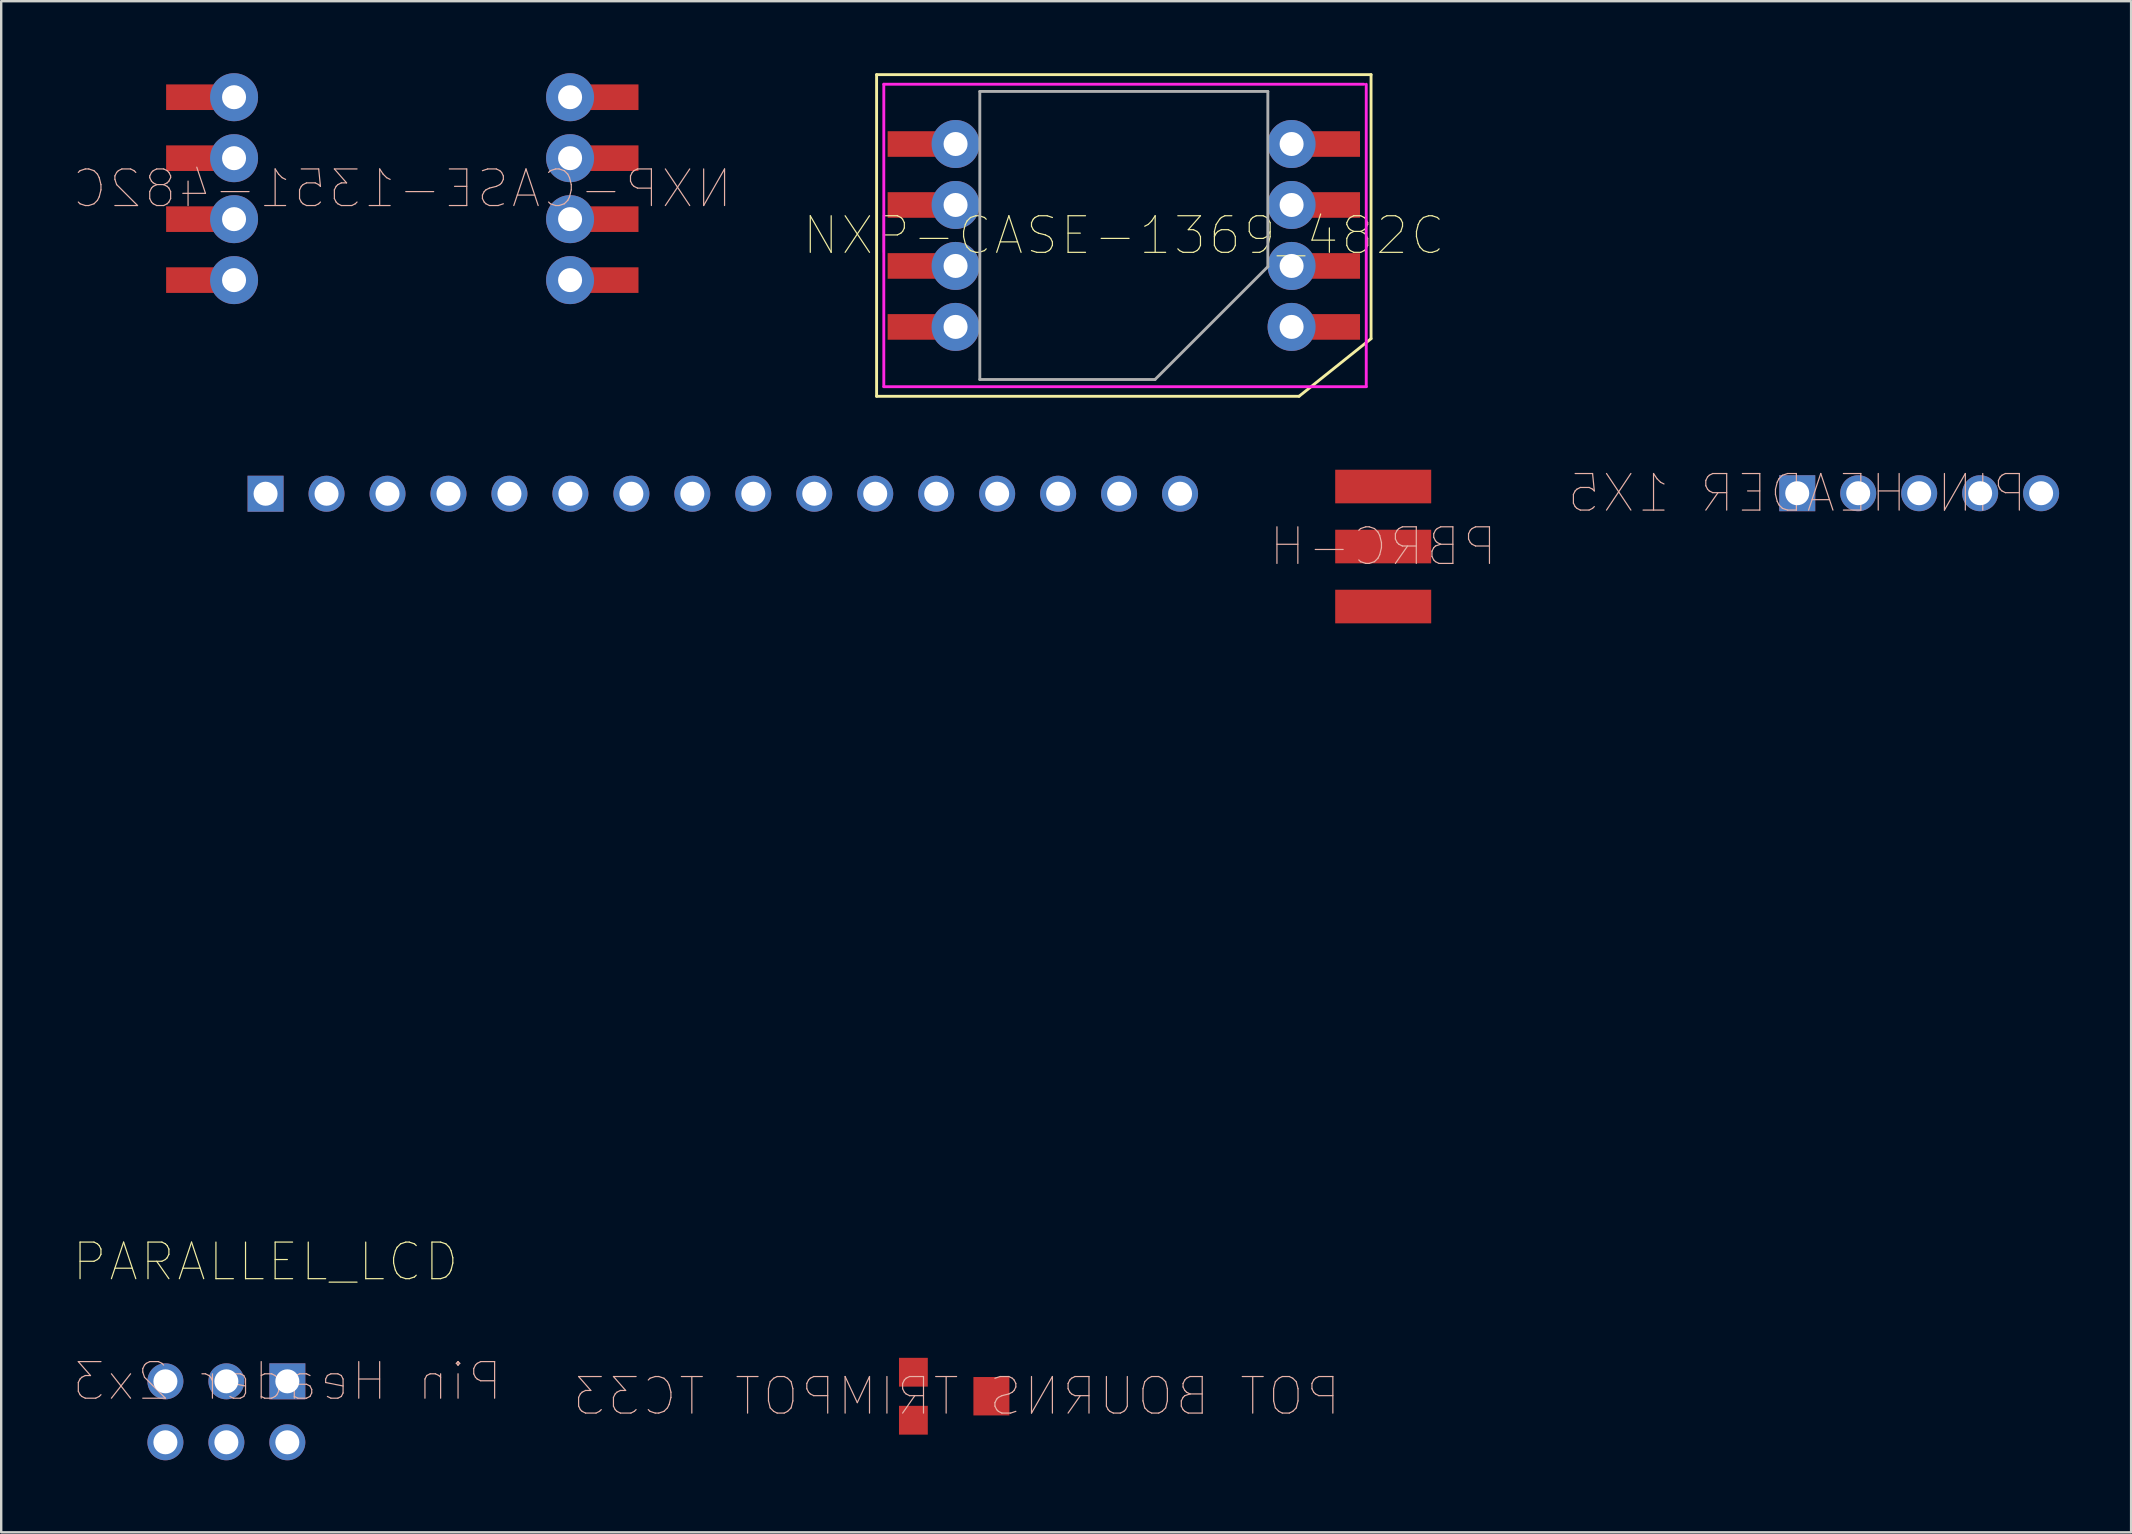
<source format=kicad_pcb>
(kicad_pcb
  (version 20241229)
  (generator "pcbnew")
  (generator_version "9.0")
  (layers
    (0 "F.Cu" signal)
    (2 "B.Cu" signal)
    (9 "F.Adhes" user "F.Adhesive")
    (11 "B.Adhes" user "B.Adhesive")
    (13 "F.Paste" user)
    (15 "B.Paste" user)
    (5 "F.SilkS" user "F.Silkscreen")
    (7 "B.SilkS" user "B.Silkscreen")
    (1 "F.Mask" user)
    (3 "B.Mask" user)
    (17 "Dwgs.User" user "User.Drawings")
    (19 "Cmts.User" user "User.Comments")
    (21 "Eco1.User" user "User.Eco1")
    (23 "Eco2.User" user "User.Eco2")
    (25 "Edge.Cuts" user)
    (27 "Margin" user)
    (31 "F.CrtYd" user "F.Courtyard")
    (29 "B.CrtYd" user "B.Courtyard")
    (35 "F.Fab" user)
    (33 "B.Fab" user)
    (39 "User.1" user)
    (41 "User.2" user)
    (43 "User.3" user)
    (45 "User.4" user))
  (footprint "NXP-CASE-1351-482C"
    (layer "F.Cu")
    (at 13.711 4.81)
    (property "Reference" "NXP-CASE-1351-482C" (at 0 0 0) (layer "B.SilkS") (effects (font (size 1.524 1.524) (thickness 0.05)) (justify mirror)))
    (attr smd)
    (pad "1" thru_hole circle (at 6.99 3.81 180) (size 2 2) (drill 1) (layers "*.Cu"))
    (pad "1" smd rect (at 8.09 3.81 180) (size 3.5 1.067) (layers "F.Cu"))
    (pad "2" thru_hole circle (at 6.99 1.27 180) (size 2 2) (drill 1) (layers "*.Cu"))
    (pad "2" smd rect (at 8.09 1.27 180) (size 3.5 1.067) (layers "F.Cu"))
    (pad "3" thru_hole circle (at 6.99 -1.27 180) (size 2 2) (drill 1) (layers "*.Cu"))
    (pad "3" smd rect (at 8.09 -1.27 180) (size 3.5 1.067) (layers "F.Cu"))
    (pad "4" thru_hole circle (at 6.99 -3.81 180) (size 2 2) (drill 1) (layers "*.Cu"))
    (pad "4" smd rect (at 8.09 -3.81 180) (size 3.5 1.067) (layers "F.Cu"))
    (pad "5" smd rect (at -8.09 -3.81 180) (size 3.5 1.067) (layers "F.Cu"))
    (pad "5" thru_hole circle (at -7.01 -3.81 180) (size 2 2) (drill 1) (layers "*.Cu"))
    (pad "6" smd rect (at -8.09 -1.27 180) (size 3.5 1.067) (layers "F.Cu"))
    (pad "6" thru_hole circle (at -7.01 -1.27 180) (size 2 2) (drill 1) (layers "*.Cu"))
    (pad "7" smd rect (at -8.09 1.27 180) (size 3.5 1.067) (layers "F.Cu"))
    (pad "7" thru_hole circle (at -7.01 1.27 180) (size 2 2) (drill 1) (layers "*.Cu"))
    (pad "8" smd rect (at -8.09 3.81 180) (size 3.5 1.067) (layers "F.Cu"))
    (pad "8" thru_hole circle (at -7.01 3.81 180) (size 2 2) (drill 1) (layers "*.Cu")))
  (footprint "POT BOURNS TRIMPOT TC33"
    (layer "F.Cu")
    (at 36.804 55.12)
    (property "Reference" "POT BOURNS TRIMPOT TC33" (at 0 0 0) (layer "B.SilkS") (effects (font (size 1.524 1.524) (thickness 0.05)) (justify mirror)))
    (attr smd)
    (pad "1" smd rect (at -1.8 -1 270) (size 1.2 1.2) (layers "F.Cu"))
    (pad "2" smd rect (at 1.45 0) (size 1.5 1.6) (layers "F.Cu"))
    (pad "3" smd rect (at -1.8 1 270) (size 1.2 1.2) (layers "F.Cu")))
  (footprint "PARALLEL_LCD"
    (layer "F.Cu")
    (at 8.014 49.52)
    (property "Reference" "PARALLEL_LCD" (at 0 0 0) (layer "F.SilkS") (effects (font (size 1.524 1.524) (thickness 0.05))))
    (attr smd)
    (pad "" np_thru_hole circle (at -5.5 -31.5) (size 0.001 0.001) (drill 3) (layers "*.Cu"))
    (pad "" np_thru_hole circle (at -5.5 -0.5) (size 0.001 0.001) (drill 3) (layers "*.Cu"))
    (pad "1" thru_hole rect (at 0 -32) (size 1.5 1.5) (drill 1) (layers "*.Cu"))
    (pad "2" thru_hole oval (at 2.54 -32) (size 1.5 1.5) (drill 1) (layers "*.Cu"))
    (pad "3" thru_hole oval (at 5.08 -32) (size 1.5 1.5) (drill 1) (layers "*.Cu"))
    (pad "4" thru_hole oval (at 7.62 -32) (size 1.5 1.5) (drill 1) (layers "*.Cu"))
    (pad "5" thru_hole oval (at 10.16 -32) (size 1.5 1.5) (drill 1) (layers "*.Cu"))
    (pad "6" thru_hole oval (at 12.7 -32) (size 1.5 1.5) (drill 1) (layers "*.Cu"))
    (pad "7" thru_hole oval (at 15.24 -32) (size 1.5 1.5) (drill 1) (layers "*.Cu"))
    (pad "8" thru_hole oval (at 17.78 -32) (size 1.5 1.5) (drill 1) (layers "*.Cu"))
    (pad "9" thru_hole oval (at 20.32 -32) (size 1.5 1.5) (drill 1) (layers "*.Cu"))
    (pad "10" thru_hole oval (at 22.86 -32) (size 1.5 1.5) (drill 1) (layers "*.Cu"))
    (pad "11" thru_hole oval (at 25.4 -32) (size 1.5 1.5) (drill 1) (layers "*.Cu"))
    (pad "12" thru_hole oval (at 27.94 -32) (size 1.5 1.5) (drill 1) (layers "*.Cu"))
    (pad "13" thru_hole oval (at 30.48 -32) (size 1.5 1.5) (drill 1) (layers "*.Cu"))
    (pad "14" thru_hole oval (at 33.02 -32) (size 1.5 1.5) (drill 1) (layers "*.Cu"))
    (pad "15" thru_hole oval (at 35.56 -32) (size 1.5 1.5) (drill 1) (layers "*.Cu"))
    (pad "16" thru_hole oval (at 38.1 -32) (size 1.5 1.5) (drill 1) (layers "*.Cu")))
  (footprint "Pin Header 2x3"
    (layer "F.Cu")
    (at 8.921 54.499)
    (property "Reference" "Pin Header 2x3" (at 0 0 0) (layer "B.SilkS") (effects (font (size 1.524 1.524) (thickness 0.05)) (justify mirror)))
    (attr smd)
    (pad "1" thru_hole rect (at 0 0 180) (size 1.5 1.5) (drill 1) (layers "*.Cu"))
    (pad "2" thru_hole oval (at 0 2.54 180) (size 1.5 1.5) (drill 1) (layers "*.Cu"))
    (pad "3" thru_hole oval (at -2.54 0 180) (size 1.5 1.5) (drill 1) (layers "*.Cu"))
    (pad "4" thru_hole oval (at -2.54 2.54 180) (size 1.5 1.5) (drill 1) (layers "*.Cu"))
    (pad "5" thru_hole oval (at -5.08 0 180) (size 1.5 1.5) (drill 1) (layers "*.Cu"))
    (pad "6" thru_hole oval (at -5.08 2.54 180) (size 1.5 1.5) (drill 1) (layers "*.Cu")))
  (footprint "PBRC-H"
    (layer "F.Cu")
    (at 54.577 19.72)
    (property "Reference" "PBRC-H" (at 0 0 0) (layer "B.SilkS") (effects (font (size 1.524 1.524) (thickness 0.05)) (justify mirror)))
    (attr smd)
    (pad "1" smd rect (at 0 -2.5 270) (size 1.4 4) (layers "F.Cu"))
    (pad "2" smd rect (at 0 0 270) (size 1.4 4) (layers "F.Cu"))
    (pad "3" smd rect (at 0 2.5 270) (size 1.4 4) (layers "F.Cu")))
  (footprint "PIN HEADER 1X5"
    (layer "F.Cu")
    (at 71.827 17.499)
    (property "Reference" "PIN HEADER 1X5" (at 0 0 0) (layer "B.SilkS") (effects (font (size 1.524 1.524) (thickness 0.05)) (justify mirror)))
    (attr smd)
    (pad "1" thru_hole rect (at 0 0) (size 1.5 1.5) (drill 1) (layers "*.Cu"))
    (pad "2" thru_hole oval (at 2.54 0) (size 1.5 1.5) (drill 1) (layers "*.Cu"))
    (pad "3" thru_hole oval (at 5.08 0) (size 1.5 1.5) (drill 1) (layers "*.Cu"))
    (pad "4" thru_hole oval (at 7.62 0) (size 1.5 1.5) (drill 1) (layers "*.Cu"))
    (pad "5" thru_hole oval (at 10.16 0) (size 1.5 1.5) (drill 1) (layers "*.Cu")))
  (footprint "NXP-CASE-1369_482C"
    (layer "F.Cu")
    (at 43.771 6.76)
    (property "Reference" "NXP-CASE-1369_482C" (at 0 0 0) (layer "F.SilkS") (effects (font (size 1.524 1.524) (thickness 0.05))))
    (attr smd)
    (fp_line (start -10.3 -6.7) (end -10.3 6.7) (stroke (width 0.12) (type solid)) (layer "F.SilkS"))
    (fp_line (start -10.3 6.7) (end 7.3 6.7) (stroke (width 0.12) (type solid)) (layer "F.SilkS"))
    (fp_line (start 10.3 -6.7) (end -10.3 -6.7) (stroke (width 0.12) (type solid)) (layer "F.SilkS"))
    (fp_line (start 10.3 4.3) (end 7.3 6.7) (stroke (width 0.12) (type solid)) (layer "F.SilkS"))
    (fp_line (start 10.3 4.3) (end 10.3 -6.7) (stroke (width 0.12) (type solid)) (layer "F.SilkS"))
    (fp_line (start -10 -6.3) (end -10 6.3) (stroke (width 0.12) (type solid)) (layer "F.CrtYd"))
    (fp_line (start -10 6.3) (end 10.1 6.3) (stroke (width 0.12) (type solid)) (layer "F.CrtYd"))
    (fp_line (start 10 -6.3) (end -10 -6.3) (stroke (width 0.12) (type solid)) (layer "F.CrtYd"))
    (fp_line (start 10.1 6.3) (end 10.1 -6.3) (stroke (width 0.12) (type solid)) (layer "F.CrtYd"))
    (fp_line (start -6 -6) (end -6 6) (stroke (width 0.12) (type solid)) (layer "F.Fab"))
    (fp_line (start -6 6) (end 1.3 6) (stroke (width 0.12) (type solid)) (layer "F.Fab"))
    (fp_line (start 6 -6) (end -6 -6) (stroke (width 0.12) (type solid)) (layer "F.Fab"))
    (fp_line (start 6 1.3) (end 1.3 6) (stroke (width 0.12) (type solid)) (layer "F.Fab"))
    (fp_line (start 6 1.3) (end 6 -6) (stroke (width 0.12) (type solid)) (layer "F.Fab"))
    (pad "1" thru_hole circle (at 6.99 3.81 180) (size 2 2) (drill 1) (layers "*.Cu"))
    (pad "1" smd rect (at 8.09 3.81 180) (size 3.5 1.067) (layers "F.Cu"))
    (pad "2" thru_hole circle (at 6.99 1.27 180) (size 2 2) (drill 1) (layers "*.Cu"))
    (pad "2" smd rect (at 8.09 1.27 180) (size 3.5 1.067) (layers "F.Cu"))
    (pad "3" thru_hole circle (at 6.99 -1.27 180) (size 2 2) (drill 1) (layers "*.Cu"))
    (pad "3" smd rect (at 8.09 -1.27 180) (size 3.5 1.067) (layers "F.Cu"))
    (pad "4" thru_hole circle (at 6.99 -3.81 180) (size 2 2) (drill 1) (layers "*.Cu"))
    (pad "4" smd rect (at 8.09 -3.81 180) (size 3.5 1.067) (layers "F.Cu"))
    (pad "5" smd rect (at -8.09 -3.81 180) (size 3.5 1.067) (layers "F.Cu"))
    (pad "5" thru_hole circle (at -7.01 -3.81 180) (size 2 2) (drill 1) (layers "*.Cu"))
    (pad "6" smd rect (at -8.09 -1.27 180) (size 3.5 1.067) (layers "F.Cu"))
    (pad "6" thru_hole circle (at -7.01 -1.27 180) (size 2 2) (drill 1) (layers "*.Cu"))
    (pad "7" smd rect (at -8.09 1.27 180) (size 3.5 1.067) (layers "F.Cu"))
    (pad "7" thru_hole circle (at -7.01 1.27 180) (size 2 2) (drill 1) (layers "*.Cu"))
    (pad "8" smd rect (at -8.09 3.81 180) (size 3.5 1.067) (layers "F.Cu"))
    (pad "8" thru_hole circle (at -7.01 3.81 180) (size 2 2) (drill 1) (layers "*.Cu")))
  (gr_rect
    (start -3 -3)
    (end 85.737 60.789)
    (stroke (width 0.1) (type default))
    (fill no)
    (layer "Edge.Cuts")))
</source>
